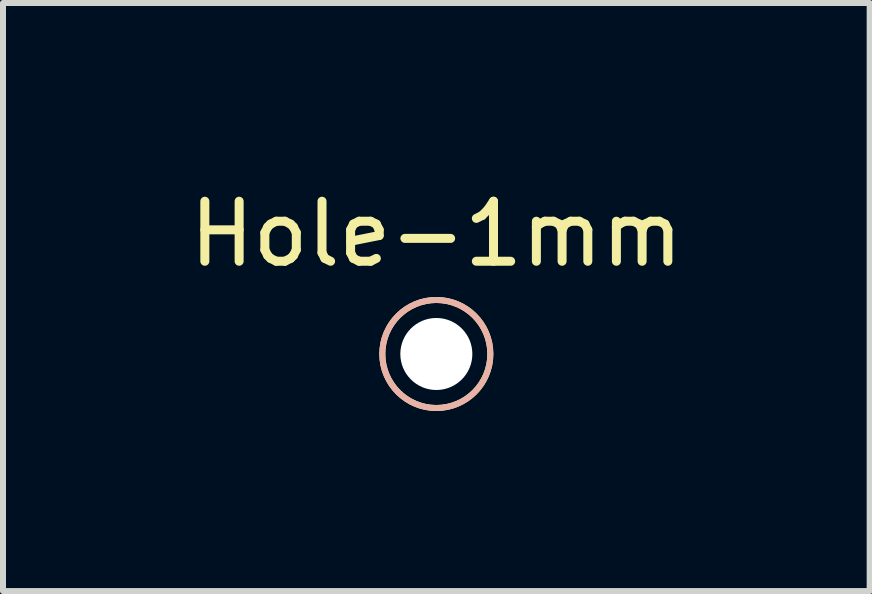
<source format=kicad_pcb>
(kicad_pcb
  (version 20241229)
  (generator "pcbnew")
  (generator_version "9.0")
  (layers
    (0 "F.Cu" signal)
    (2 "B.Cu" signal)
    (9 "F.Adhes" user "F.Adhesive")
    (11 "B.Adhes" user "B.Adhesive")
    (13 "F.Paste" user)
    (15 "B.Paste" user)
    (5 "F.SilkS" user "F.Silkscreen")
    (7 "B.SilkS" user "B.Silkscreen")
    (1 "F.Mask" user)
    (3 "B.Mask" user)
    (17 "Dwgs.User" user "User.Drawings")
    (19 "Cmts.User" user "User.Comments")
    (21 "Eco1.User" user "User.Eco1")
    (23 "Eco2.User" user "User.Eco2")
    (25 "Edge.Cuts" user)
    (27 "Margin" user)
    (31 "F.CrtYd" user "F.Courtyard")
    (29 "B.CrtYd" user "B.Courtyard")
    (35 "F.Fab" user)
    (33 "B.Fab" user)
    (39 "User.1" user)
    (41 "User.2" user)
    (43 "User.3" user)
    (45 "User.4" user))
  (footprint "Hole-1mm"
    (layer "F.Cu")
    (at 4.22 2.848)
    (property "Reference" "Hole-1mm" (at 0 -2 0) (unlocked yes) (layer "F.SilkS") (effects (font (size 1 1) (thickness 0.15))))
    (attr through_hole)
    (fp_circle (center 0 0) (end 0.9 0) (stroke (width 0.1) (type solid)) (fill no) (layer "F.SilkS"))
    (fp_circle (center 0 0) (end 0.9 0) (stroke (width 0.1) (type solid)) (fill no) (layer "B.SilkS"))
    (pad "" np_thru_hole circle (at 0 0) (size 1.2 1.2) (drill 1.2) (layers "*.Cu" "*.Mask")))
  (gr_rect
    (start -3 -3)
    (end 11.44 6.798)
    (stroke (width 0.1) (type default))
    (fill no)
    (layer "Edge.Cuts")))
</source>
